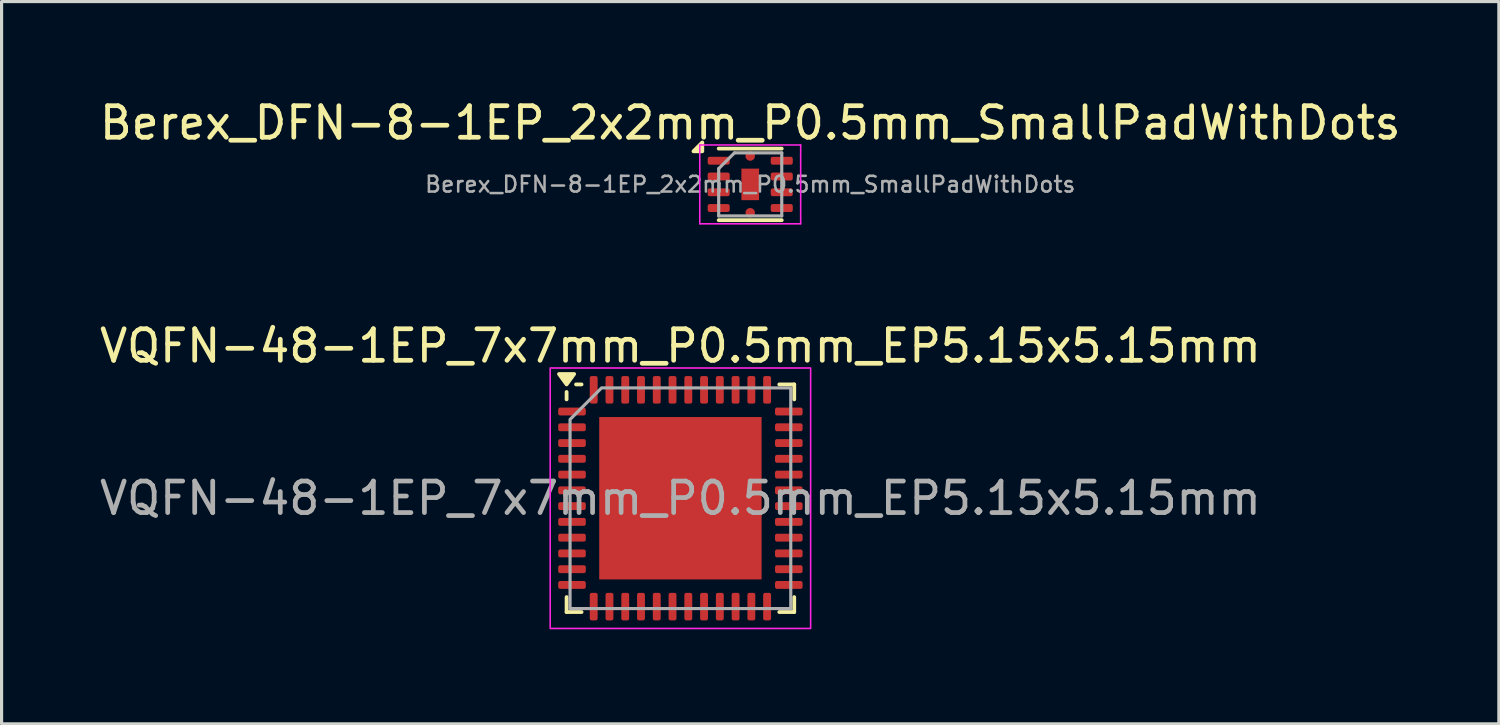
<source format=kicad_pcb>
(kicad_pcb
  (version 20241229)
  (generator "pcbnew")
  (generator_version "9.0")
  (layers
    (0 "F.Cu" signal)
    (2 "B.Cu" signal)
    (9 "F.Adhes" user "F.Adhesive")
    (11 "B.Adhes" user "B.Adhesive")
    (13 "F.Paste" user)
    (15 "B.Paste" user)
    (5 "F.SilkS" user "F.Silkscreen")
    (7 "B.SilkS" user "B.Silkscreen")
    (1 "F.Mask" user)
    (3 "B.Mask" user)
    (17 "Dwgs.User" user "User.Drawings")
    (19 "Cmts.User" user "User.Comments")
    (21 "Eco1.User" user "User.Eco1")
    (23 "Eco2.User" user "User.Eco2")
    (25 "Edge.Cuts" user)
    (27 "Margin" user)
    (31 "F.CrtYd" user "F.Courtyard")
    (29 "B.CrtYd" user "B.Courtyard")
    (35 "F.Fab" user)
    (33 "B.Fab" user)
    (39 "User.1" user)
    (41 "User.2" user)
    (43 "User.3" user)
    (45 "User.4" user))
  (footprint "VQFN-48-1EP_7x7mm_P0.5mm_EP5.15x5.15mm"
    (layer "F.Cu")
    (at 18.53 12.752)
    (property "Reference" "VQFN-48-1EP_7x7mm_P0.5mm_EP5.15x5.15mm" (at 0 -4.83 0) (layer "F.SilkS") (effects (font (size 1 1) (thickness 0.15))))
    (attr smd)
    (fp_line (start -3.61 -3.135) (end -3.61 -3.37) (stroke (width 0.12) (type solid)) (layer "F.SilkS"))
    (fp_line (start -3.61 3.61) (end -3.61 3.135) (stroke (width 0.12) (type solid)) (layer "F.SilkS"))
    (fp_line (start -3.135 -3.61) (end -3.31 -3.61) (stroke (width 0.12) (type solid)) (layer "F.SilkS"))
    (fp_line (start -3.135 3.61) (end -3.61 3.61) (stroke (width 0.12) (type solid)) (layer "F.SilkS"))
    (fp_line (start 3.135 -3.61) (end 3.61 -3.61) (stroke (width 0.12) (type solid)) (layer "F.SilkS"))
    (fp_line (start 3.135 3.61) (end 3.61 3.61) (stroke (width 0.12) (type solid)) (layer "F.SilkS"))
    (fp_line (start 3.61 -3.61) (end 3.61 -3.135) (stroke (width 0.12) (type solid)) (layer "F.SilkS"))
    (fp_line (start 3.61 3.61) (end 3.61 3.135) (stroke (width 0.12) (type solid)) (layer "F.SilkS"))
    (fp_poly (pts (xy -3.61 -3.61) (xy -3.85 -3.94) (xy -3.37 -3.94)) (stroke (width 0.12) (type solid)) (fill yes) (layer "F.SilkS"))
    (fp_rect (start -4.13 -4.13) (end 4.13 4.13) (stroke (width 0.05) (type solid)) (fill no) (layer "F.CrtYd"))
    (fp_poly (pts (xy -3.5 -2.5) (xy -3.5 3.5) (xy 3.5 3.5) (xy 3.5 -3.5) (xy -2.5 -3.5)) (stroke (width 0.1) (type solid)) (fill no) (layer "F.Fab"))
    (fp_text user "${REFERENCE}" (at 0 0 0) (layer "F.Fab") (effects (font (size 1 1) (thickness 0.15))))
    (pad "" smd roundrect (at -1.29 -1.29) (size 2.08 2.08) (layers "F.Paste") (roundrect_rratio 0.12))
    (pad "" smd roundrect (at -1.29 1.29) (size 2.08 2.08) (layers "F.Paste") (roundrect_rratio 0.12))
    (pad "" smd roundrect (at 1.29 -1.29) (size 2.08 2.08) (layers "F.Paste") (roundrect_rratio 0.12))
    (pad "" smd roundrect (at 1.29 1.29) (size 2.08 2.08) (layers "F.Paste") (roundrect_rratio 0.12))
    (pad "1" smd roundrect (at -3.438 -2.75) (size 0.875 0.25) (layers "F.Cu" "F.Mask" "F.Paste") (roundrect_rratio 0.25))
    (pad "2" smd roundrect (at -3.438 -2.25) (size 0.875 0.25) (layers "F.Cu" "F.Mask" "F.Paste") (roundrect_rratio 0.25))
    (pad "3" smd roundrect (at -3.438 -1.75) (size 0.875 0.25) (layers "F.Cu" "F.Mask" "F.Paste") (roundrect_rratio 0.25))
    (pad "4" smd roundrect (at -3.438 -1.25) (size 0.875 0.25) (layers "F.Cu" "F.Mask" "F.Paste") (roundrect_rratio 0.25))
    (pad "5" smd roundrect (at -3.438 -0.75) (size 0.875 0.25) (layers "F.Cu" "F.Mask" "F.Paste") (roundrect_rratio 0.25))
    (pad "6" smd roundrect (at -3.438 -0.25) (size 0.875 0.25) (layers "F.Cu" "F.Mask" "F.Paste") (roundrect_rratio 0.25))
    (pad "7" smd roundrect (at -3.438 0.25) (size 0.875 0.25) (layers "F.Cu" "F.Mask" "F.Paste") (roundrect_rratio 0.25))
    (pad "8" smd roundrect (at -3.438 0.75) (size 0.875 0.25) (layers "F.Cu" "F.Mask" "F.Paste") (roundrect_rratio 0.25))
    (pad "9" smd roundrect (at -3.438 1.25) (size 0.875 0.25) (layers "F.Cu" "F.Mask" "F.Paste") (roundrect_rratio 0.25))
    (pad "10" smd roundrect (at -3.438 1.75) (size 0.875 0.25) (layers "F.Cu" "F.Mask" "F.Paste") (roundrect_rratio 0.25))
    (pad "11" smd roundrect (at -3.438 2.25) (size 0.875 0.25) (layers "F.Cu" "F.Mask" "F.Paste") (roundrect_rratio 0.25))
    (pad "12" smd roundrect (at -3.438 2.75) (size 0.875 0.25) (layers "F.Cu" "F.Mask" "F.Paste") (roundrect_rratio 0.25))
    (pad "13" smd roundrect (at -2.75 3.438) (size 0.25 0.875) (layers "F.Cu" "F.Mask" "F.Paste") (roundrect_rratio 0.25))
    (pad "14" smd roundrect (at -2.25 3.438) (size 0.25 0.875) (layers "F.Cu" "F.Mask" "F.Paste") (roundrect_rratio 0.25))
    (pad "15" smd roundrect (at -1.75 3.438) (size 0.25 0.875) (layers "F.Cu" "F.Mask" "F.Paste") (roundrect_rratio 0.25))
    (pad "16" smd roundrect (at -1.25 3.438) (size 0.25 0.875) (layers "F.Cu" "F.Mask" "F.Paste") (roundrect_rratio 0.25))
    (pad "17" smd roundrect (at -0.75 3.438) (size 0.25 0.875) (layers "F.Cu" "F.Mask" "F.Paste") (roundrect_rratio 0.25))
    (pad "18" smd roundrect (at -0.25 3.438) (size 0.25 0.875) (layers "F.Cu" "F.Mask" "F.Paste") (roundrect_rratio 0.25))
    (pad "19" smd roundrect (at 0.25 3.438) (size 0.25 0.875) (layers "F.Cu" "F.Mask" "F.Paste") (roundrect_rratio 0.25))
    (pad "20" smd roundrect (at 0.75 3.438) (size 0.25 0.875) (layers "F.Cu" "F.Mask" "F.Paste") (roundrect_rratio 0.25))
    (pad "21" smd roundrect (at 1.25 3.438) (size 0.25 0.875) (layers "F.Cu" "F.Mask" "F.Paste") (roundrect_rratio 0.25))
    (pad "22" smd roundrect (at 1.75 3.438) (size 0.25 0.875) (layers "F.Cu" "F.Mask" "F.Paste") (roundrect_rratio 0.25))
    (pad "23" smd roundrect (at 2.25 3.438) (size 0.25 0.875) (layers "F.Cu" "F.Mask" "F.Paste") (roundrect_rratio 0.25))
    (pad "24" smd roundrect (at 2.75 3.438) (size 0.25 0.875) (layers "F.Cu" "F.Mask" "F.Paste") (roundrect_rratio 0.25))
    (pad "25" smd roundrect (at 3.438 2.75) (size 0.875 0.25) (layers "F.Cu" "F.Mask" "F.Paste") (roundrect_rratio 0.25))
    (pad "26" smd roundrect (at 3.438 2.25) (size 0.875 0.25) (layers "F.Cu" "F.Mask" "F.Paste") (roundrect_rratio 0.25))
    (pad "27" smd roundrect (at 3.438 1.75) (size 0.875 0.25) (layers "F.Cu" "F.Mask" "F.Paste") (roundrect_rratio 0.25))
    (pad "28" smd roundrect (at 3.438 1.25) (size 0.875 0.25) (layers "F.Cu" "F.Mask" "F.Paste") (roundrect_rratio 0.25))
    (pad "29" smd roundrect (at 3.438 0.75) (size 0.875 0.25) (layers "F.Cu" "F.Mask" "F.Paste") (roundrect_rratio 0.25))
    (pad "30" smd roundrect (at 3.438 0.25) (size 0.875 0.25) (layers "F.Cu" "F.Mask" "F.Paste") (roundrect_rratio 0.25))
    (pad "31" smd roundrect (at 3.438 -0.25) (size 0.875 0.25) (layers "F.Cu" "F.Mask" "F.Paste") (roundrect_rratio 0.25))
    (pad "32" smd roundrect (at 3.438 -0.75) (size 0.875 0.25) (layers "F.Cu" "F.Mask" "F.Paste") (roundrect_rratio 0.25))
    (pad "33" smd roundrect (at 3.438 -1.25) (size 0.875 0.25) (layers "F.Cu" "F.Mask" "F.Paste") (roundrect_rratio 0.25))
    (pad "34" smd roundrect (at 3.438 -1.75) (size 0.875 0.25) (layers "F.Cu" "F.Mask" "F.Paste") (roundrect_rratio 0.25))
    (pad "35" smd roundrect (at 3.438 -2.25) (size 0.875 0.25) (layers "F.Cu" "F.Mask" "F.Paste") (roundrect_rratio 0.25))
    (pad "36" smd roundrect (at 3.438 -2.75) (size 0.875 0.25) (layers "F.Cu" "F.Mask" "F.Paste") (roundrect_rratio 0.25))
    (pad "37" smd roundrect (at 2.75 -3.438) (size 0.25 0.875) (layers "F.Cu" "F.Mask" "F.Paste") (roundrect_rratio 0.25))
    (pad "38" smd roundrect (at 2.25 -3.438) (size 0.25 0.875) (layers "F.Cu" "F.Mask" "F.Paste") (roundrect_rratio 0.25))
    (pad "39" smd roundrect (at 1.75 -3.438) (size 0.25 0.875) (layers "F.Cu" "F.Mask" "F.Paste") (roundrect_rratio 0.25))
    (pad "40" smd roundrect (at 1.25 -3.438) (size 0.25 0.875) (layers "F.Cu" "F.Mask" "F.Paste") (roundrect_rratio 0.25))
    (pad "41" smd roundrect (at 0.75 -3.438) (size 0.25 0.875) (layers "F.Cu" "F.Mask" "F.Paste") (roundrect_rratio 0.25))
    (pad "42" smd roundrect (at 0.25 -3.438) (size 0.25 0.875) (layers "F.Cu" "F.Mask" "F.Paste") (roundrect_rratio 0.25))
    (pad "43" smd roundrect (at -0.25 -3.438) (size 0.25 0.875) (layers "F.Cu" "F.Mask" "F.Paste") (roundrect_rratio 0.25))
    (pad "44" smd roundrect (at -0.75 -3.438) (size 0.25 0.875) (layers "F.Cu" "F.Mask" "F.Paste") (roundrect_rratio 0.25))
    (pad "45" smd roundrect (at -1.25 -3.438) (size 0.25 0.875) (layers "F.Cu" "F.Mask" "F.Paste") (roundrect_rratio 0.25))
    (pad "46" smd roundrect (at -1.75 -3.438) (size 0.25 0.875) (layers "F.Cu" "F.Mask" "F.Paste") (roundrect_rratio 0.25))
    (pad "47" smd roundrect (at -2.25 -3.438) (size 0.25 0.875) (layers "F.Cu" "F.Mask" "F.Paste") (roundrect_rratio 0.25))
    (pad "48" smd roundrect (at -2.75 -3.438) (size 0.25 0.875) (layers "F.Cu" "F.Mask" "F.Paste") (roundrect_rratio 0.25))
    (pad "49" smd rect (at 0 0) (size 5.15 5.15) (property pad_prop_heatsink) (layers "F.Cu" "F.Mask")))
  (footprint "Berex_DFN-8-1EP_2x2mm_P0.5mm_SmallPadWithDots"
    (layer "F.Cu")
    (at 20.744 2.798)
    (property "Reference" "Berex_DFN-8-1EP_2x2mm_P0.5mm_SmallPadWithDots" (at 0 -1.95 0) (layer "F.SilkS") (effects (font (size 1 1) (thickness 0.15))))
    (attr smd)
    (fp_line (start -1 -1.135) (end 1 -1.135) (stroke (width 0.12) (type solid)) (layer "F.SilkS"))
    (fp_line (start -1 1.135) (end 1 1.135) (stroke (width 0.12) (type solid)) (layer "F.SilkS"))
    (fp_poly (pts (xy -1.52 -1.05) (xy -1.8 -1.05) (xy -1.52 -1.33) (xy -1.52 -1.05)) (stroke (width 0.12) (type solid)) (fill yes) (layer "F.SilkS"))
    (fp_line (start -1.6 -1.25) (end -1.6 1.25) (stroke (width 0.05) (type solid)) (layer "F.CrtYd"))
    (fp_line (start -1.6 1.25) (end 1.6 1.25) (stroke (width 0.05) (type solid)) (layer "F.CrtYd"))
    (fp_line (start 1.6 -1.25) (end -1.6 -1.25) (stroke (width 0.05) (type solid)) (layer "F.CrtYd"))
    (fp_line (start 1.6 1.25) (end 1.6 -1.25) (stroke (width 0.05) (type solid)) (layer "F.CrtYd"))
    (fp_line (start -1 -0.5) (end -0.5 -1) (stroke (width 0.1) (type solid)) (layer "F.Fab"))
    (fp_line (start -1 1) (end -1 -0.5) (stroke (width 0.1) (type solid)) (layer "F.Fab"))
    (fp_line (start -0.5 -1) (end 1 -1) (stroke (width 0.1) (type solid)) (layer "F.Fab"))
    (fp_line (start 1 -1) (end 1 1) (stroke (width 0.1) (type solid)) (layer "F.Fab"))
    (fp_line (start 1 1) (end -1 1) (stroke (width 0.1) (type solid)) (layer "F.Fab"))
    (fp_text user "${REFERENCE}" (at 0 0 0) (layer "F.Fab") (effects (font (size 0.5 0.5) (thickness 0.08))))
    (pad "1" smd roundrect (at -1 -0.75) (size 0.7 0.25) (layers "F.Cu" "F.Mask" "F.Paste") (roundrect_rratio 0.25))
    (pad "2" smd roundrect (at -1 -0.25) (size 0.7 0.25) (layers "F.Cu" "F.Mask" "F.Paste") (roundrect_rratio 0.25))
    (pad "3" smd roundrect (at -1 0.25) (size 0.7 0.25) (layers "F.Cu" "F.Mask" "F.Paste") (roundrect_rratio 0.25))
    (pad "4" smd roundrect (at -1 0.75) (size 0.7 0.25) (layers "F.Cu" "F.Mask" "F.Paste") (roundrect_rratio 0.25))
    (pad "5" smd roundrect (at 1 0.75) (size 0.7 0.25) (layers "F.Cu" "F.Mask" "F.Paste") (roundrect_rratio 0.25))
    (pad "6" smd roundrect (at 1 0.25) (size 0.7 0.25) (layers "F.Cu" "F.Mask" "F.Paste") (roundrect_rratio 0.25))
    (pad "7" smd roundrect (at 1 -0.25) (size 0.7 0.25) (layers "F.Cu" "F.Mask" "F.Paste") (roundrect_rratio 0.25))
    (pad "8" smd roundrect (at 1 -0.75) (size 0.7 0.25) (layers "F.Cu" "F.Mask" "F.Paste") (roundrect_rratio 0.25))
    (pad "9" smd circle (at 0 -0.9) (size 0.3 0.3) (property pad_prop_heatsink) (layers "F.Cu" "F.Mask" "F.Paste"))
    (pad "9" smd rect (at 0 0) (size 0.56 1) (property pad_prop_heatsink) (layers "F.Cu" "F.Mask" "F.Paste"))
    (pad "9" smd circle (at 0 0.9) (size 0.3 0.3) (property pad_prop_heatsink) (layers "F.Cu" "F.Mask" "F.Paste")))
  (gr_rect
    (start -3 -3)
    (end 44.488 19.907)
    (stroke (width 0.1) (type default))
    (fill no)
    (layer "Edge.Cuts")))
</source>
